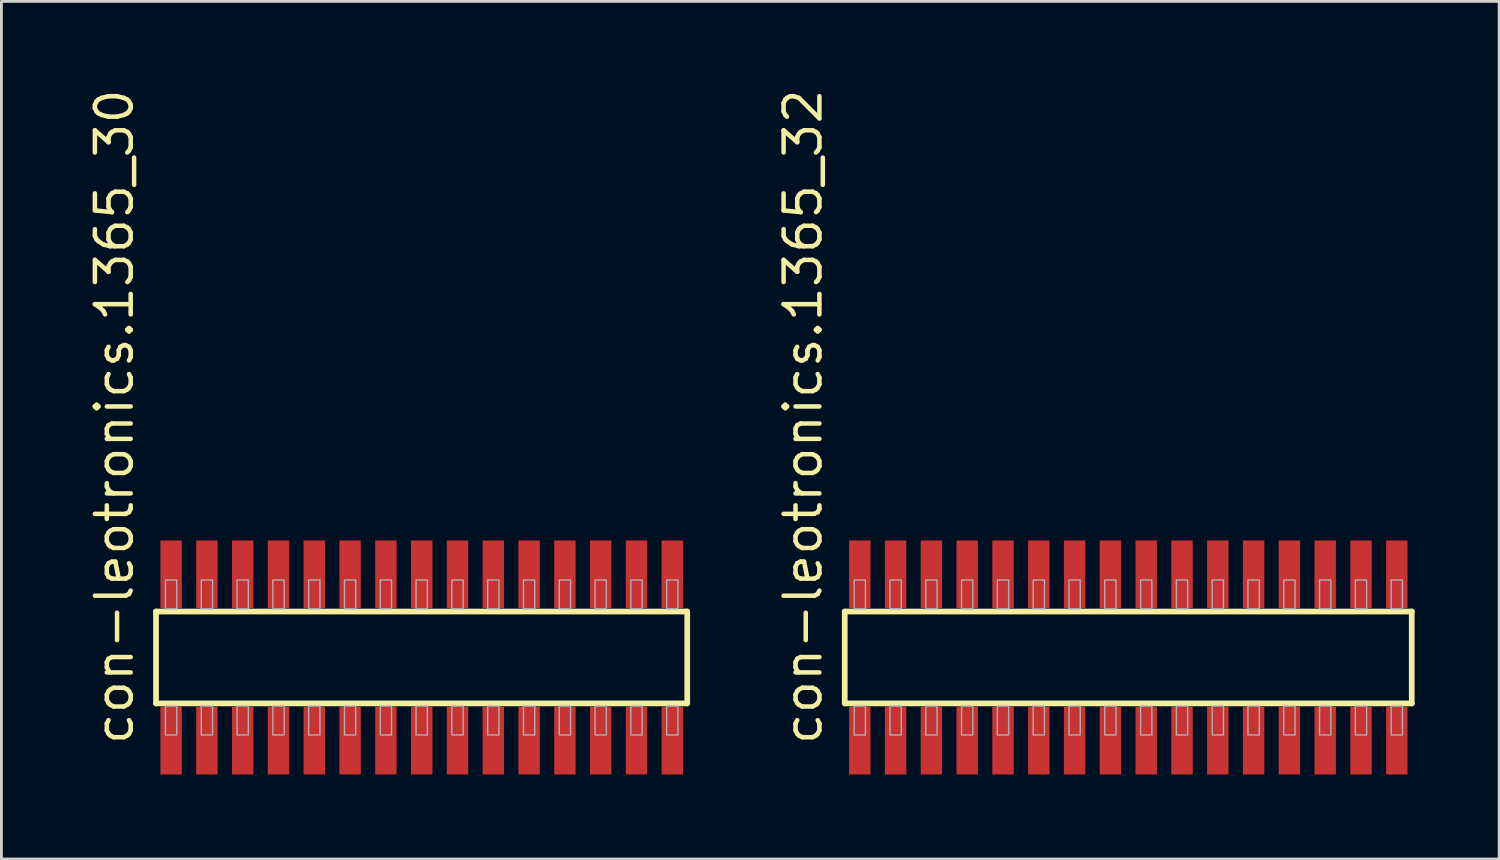
<source format=kicad_pcb>
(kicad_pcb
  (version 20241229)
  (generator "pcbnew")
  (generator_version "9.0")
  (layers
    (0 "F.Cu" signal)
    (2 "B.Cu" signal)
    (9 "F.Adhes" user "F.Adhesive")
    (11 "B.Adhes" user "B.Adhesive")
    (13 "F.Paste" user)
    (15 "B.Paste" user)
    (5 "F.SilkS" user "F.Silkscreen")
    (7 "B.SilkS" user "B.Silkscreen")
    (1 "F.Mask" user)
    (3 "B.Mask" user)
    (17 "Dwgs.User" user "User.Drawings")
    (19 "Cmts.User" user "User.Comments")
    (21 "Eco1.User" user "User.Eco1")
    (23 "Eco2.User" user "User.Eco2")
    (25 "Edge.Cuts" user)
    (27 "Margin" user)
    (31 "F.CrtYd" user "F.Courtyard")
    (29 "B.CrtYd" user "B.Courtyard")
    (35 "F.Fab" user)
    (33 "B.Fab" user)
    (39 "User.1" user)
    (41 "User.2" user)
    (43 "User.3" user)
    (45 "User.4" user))
  (footprint "con-leotronics.1365_32"
    (layer "F.Cu")
    (at 36.977 20.274)
    (property "Reference" "con-leotronics.1365_32" (at -10.795 3.175 90) (layer "F.SilkS") (effects (font (size 1.27 1.27) (thickness 0.16)) (justify left bottom)))
    (attr smd)
    (fp_line (start -10.06 -1.63) (end 10.055 -1.63) (stroke (width 0.203) (type default)) (layer "F.SilkS"))
    (fp_line (start -10.06 1.63) (end -10.06 -1.63) (stroke (width 0.203) (type default)) (layer "F.SilkS"))
    (fp_line (start 10.055 -1.63) (end 10.055 1.63) (stroke (width 0.203) (type default)) (layer "F.SilkS"))
    (fp_line (start 10.055 1.63) (end -10.06 1.63) (stroke (width 0.203) (type default)) (layer "F.SilkS"))
    (fp_rect (start -9.725 -1.725) (end -9.325 -2.75) (stroke (width 0.05) (type default)) (fill no) (layer "F.Fab"))
    (fp_rect (start -9.725 2.75) (end -9.325 1.725) (stroke (width 0.05) (type default)) (fill no) (layer "F.Fab"))
    (fp_rect (start -8.455 -1.725) (end -8.055 -2.75) (stroke (width 0.05) (type default)) (fill no) (layer "F.Fab"))
    (fp_rect (start -8.455 2.75) (end -8.055 1.725) (stroke (width 0.05) (type default)) (fill no) (layer "F.Fab"))
    (fp_rect (start -7.185 -1.725) (end -6.785 -2.75) (stroke (width 0.05) (type default)) (fill no) (layer "F.Fab"))
    (fp_rect (start -7.185 2.75) (end -6.785 1.725) (stroke (width 0.05) (type default)) (fill no) (layer "F.Fab"))
    (fp_rect (start -5.915 -1.725) (end -5.515 -2.75) (stroke (width 0.05) (type default)) (fill no) (layer "F.Fab"))
    (fp_rect (start -5.915 2.75) (end -5.515 1.725) (stroke (width 0.05) (type default)) (fill no) (layer "F.Fab"))
    (fp_rect (start -4.645 -1.725) (end -4.245 -2.75) (stroke (width 0.05) (type default)) (fill no) (layer "F.Fab"))
    (fp_rect (start -4.645 2.75) (end -4.245 1.725) (stroke (width 0.05) (type default)) (fill no) (layer "F.Fab"))
    (fp_rect (start -3.375 -1.725) (end -2.975 -2.75) (stroke (width 0.05) (type default)) (fill no) (layer "F.Fab"))
    (fp_rect (start -3.375 2.75) (end -2.975 1.725) (stroke (width 0.05) (type default)) (fill no) (layer "F.Fab"))
    (fp_rect (start -2.105 -1.725) (end -1.705 -2.75) (stroke (width 0.05) (type default)) (fill no) (layer "F.Fab"))
    (fp_rect (start -2.105 2.75) (end -1.705 1.725) (stroke (width 0.05) (type default)) (fill no) (layer "F.Fab"))
    (fp_rect (start -0.835 -1.725) (end -0.435 -2.75) (stroke (width 0.05) (type default)) (fill no) (layer "F.Fab"))
    (fp_rect (start -0.835 2.75) (end -0.435 1.725) (stroke (width 0.05) (type default)) (fill no) (layer "F.Fab"))
    (fp_rect (start 0.435 -1.725) (end 0.835 -2.75) (stroke (width 0.05) (type default)) (fill no) (layer "F.Fab"))
    (fp_rect (start 0.435 2.75) (end 0.835 1.725) (stroke (width 0.05) (type default)) (fill no) (layer "F.Fab"))
    (fp_rect (start 1.705 -1.725) (end 2.105 -2.75) (stroke (width 0.05) (type default)) (fill no) (layer "F.Fab"))
    (fp_rect (start 1.705 2.75) (end 2.105 1.725) (stroke (width 0.05) (type default)) (fill no) (layer "F.Fab"))
    (fp_rect (start 2.975 -1.725) (end 3.375 -2.75) (stroke (width 0.05) (type default)) (fill no) (layer "F.Fab"))
    (fp_rect (start 2.975 2.75) (end 3.375 1.725) (stroke (width 0.05) (type default)) (fill no) (layer "F.Fab"))
    (fp_rect (start 4.245 -1.725) (end 4.645 -2.75) (stroke (width 0.05) (type default)) (fill no) (layer "F.Fab"))
    (fp_rect (start 4.245 2.75) (end 4.645 1.725) (stroke (width 0.05) (type default)) (fill no) (layer "F.Fab"))
    (fp_rect (start 5.515 -1.725) (end 5.915 -2.75) (stroke (width 0.05) (type default)) (fill no) (layer "F.Fab"))
    (fp_rect (start 5.515 2.75) (end 5.915 1.725) (stroke (width 0.05) (type default)) (fill no) (layer "F.Fab"))
    (fp_rect (start 6.785 -1.725) (end 7.185 -2.75) (stroke (width 0.05) (type default)) (fill no) (layer "F.Fab"))
    (fp_rect (start 6.785 2.75) (end 7.185 1.725) (stroke (width 0.05) (type default)) (fill no) (layer "F.Fab"))
    (fp_rect (start 8.055 -1.725) (end 8.455 -2.75) (stroke (width 0.05) (type default)) (fill no) (layer "F.Fab"))
    (fp_rect (start 8.055 2.75) (end 8.455 1.725) (stroke (width 0.05) (type default)) (fill no) (layer "F.Fab"))
    (fp_rect (start 9.325 -1.725) (end 9.725 -2.75) (stroke (width 0.05) (type default)) (fill no) (layer "F.Fab"))
    (fp_rect (start 9.325 2.75) (end 9.725 1.725) (stroke (width 0.05) (type default)) (fill no) (layer "F.Fab"))
    (pad "1" smd roundrect (at -9.525 2.95) (size 0.76 2.4) (layers "F.Cu" "F.Mask" "F.Paste") (roundrect_rratio 0.01))
    (pad "2" smd roundrect (at -9.525 -2.95) (size 0.76 2.4) (layers "F.Cu" "F.Mask" "F.Paste") (roundrect_rratio 0.01))
    (pad "3" smd roundrect (at -8.255 2.95) (size 0.76 2.4) (layers "F.Cu" "F.Mask" "F.Paste") (roundrect_rratio 0.01))
    (pad "4" smd roundrect (at -8.255 -2.95) (size 0.76 2.4) (layers "F.Cu" "F.Mask" "F.Paste") (roundrect_rratio 0.01))
    (pad "5" smd roundrect (at -6.985 2.95) (size 0.76 2.4) (layers "F.Cu" "F.Mask" "F.Paste") (roundrect_rratio 0.01))
    (pad "6" smd roundrect (at -6.985 -2.95) (size 0.76 2.4) (layers "F.Cu" "F.Mask" "F.Paste") (roundrect_rratio 0.01))
    (pad "7" smd roundrect (at -5.715 2.95) (size 0.76 2.4) (layers "F.Cu" "F.Mask" "F.Paste") (roundrect_rratio 0.01))
    (pad "8" smd roundrect (at -5.715 -2.95) (size 0.76 2.4) (layers "F.Cu" "F.Mask" "F.Paste") (roundrect_rratio 0.01))
    (pad "9" smd roundrect (at -4.445 2.95) (size 0.76 2.4) (layers "F.Cu" "F.Mask" "F.Paste") (roundrect_rratio 0.01))
    (pad "10" smd roundrect (at -4.445 -2.95) (size 0.76 2.4) (layers "F.Cu" "F.Mask" "F.Paste") (roundrect_rratio 0.01))
    (pad "11" smd roundrect (at -3.175 2.95) (size 0.76 2.4) (layers "F.Cu" "F.Mask" "F.Paste") (roundrect_rratio 0.01))
    (pad "12" smd roundrect (at -3.175 -2.95) (size 0.76 2.4) (layers "F.Cu" "F.Mask" "F.Paste") (roundrect_rratio 0.01))
    (pad "13" smd roundrect (at -1.905 2.95) (size 0.76 2.4) (layers "F.Cu" "F.Mask" "F.Paste") (roundrect_rratio 0.01))
    (pad "14" smd roundrect (at -1.905 -2.95) (size 0.76 2.4) (layers "F.Cu" "F.Mask" "F.Paste") (roundrect_rratio 0.01))
    (pad "15" smd roundrect (at -0.635 2.95) (size 0.76 2.4) (layers "F.Cu" "F.Mask" "F.Paste") (roundrect_rratio 0.01))
    (pad "16" smd roundrect (at -0.635 -2.95) (size 0.76 2.4) (layers "F.Cu" "F.Mask" "F.Paste") (roundrect_rratio 0.01))
    (pad "17" smd roundrect (at 0.635 2.95) (size 0.76 2.4) (layers "F.Cu" "F.Mask" "F.Paste") (roundrect_rratio 0.01))
    (pad "18" smd roundrect (at 0.635 -2.95) (size 0.76 2.4) (layers "F.Cu" "F.Mask" "F.Paste") (roundrect_rratio 0.01))
    (pad "19" smd roundrect (at 1.905 2.95) (size 0.76 2.4) (layers "F.Cu" "F.Mask" "F.Paste") (roundrect_rratio 0.01))
    (pad "20" smd roundrect (at 1.905 -2.95) (size 0.76 2.4) (layers "F.Cu" "F.Mask" "F.Paste") (roundrect_rratio 0.01))
    (pad "21" smd roundrect (at 3.175 2.95) (size 0.76 2.4) (layers "F.Cu" "F.Mask" "F.Paste") (roundrect_rratio 0.01))
    (pad "22" smd roundrect (at 3.175 -2.95) (size 0.76 2.4) (layers "F.Cu" "F.Mask" "F.Paste") (roundrect_rratio 0.01))
    (pad "23" smd roundrect (at 4.445 2.95) (size 0.76 2.4) (layers "F.Cu" "F.Mask" "F.Paste") (roundrect_rratio 0.01))
    (pad "24" smd roundrect (at 4.445 -2.95) (size 0.76 2.4) (layers "F.Cu" "F.Mask" "F.Paste") (roundrect_rratio 0.01))
    (pad "25" smd roundrect (at 5.715 2.95) (size 0.76 2.4) (layers "F.Cu" "F.Mask" "F.Paste") (roundrect_rratio 0.01))
    (pad "26" smd roundrect (at 5.715 -2.95) (size 0.76 2.4) (layers "F.Cu" "F.Mask" "F.Paste") (roundrect_rratio 0.01))
    (pad "27" smd roundrect (at 6.985 2.95) (size 0.76 2.4) (layers "F.Cu" "F.Mask" "F.Paste") (roundrect_rratio 0.01))
    (pad "28" smd roundrect (at 6.985 -2.95) (size 0.76 2.4) (layers "F.Cu" "F.Mask" "F.Paste") (roundrect_rratio 0.01))
    (pad "29" smd roundrect (at 8.255 2.95) (size 0.76 2.4) (layers "F.Cu" "F.Mask" "F.Paste") (roundrect_rratio 0.01))
    (pad "30" smd roundrect (at 8.255 -2.95) (size 0.76 2.4) (layers "F.Cu" "F.Mask" "F.Paste") (roundrect_rratio 0.01))
    (pad "31" smd roundrect (at 9.525 2.95) (size 0.76 2.4) (layers "F.Cu" "F.Mask" "F.Paste") (roundrect_rratio 0.01))
    (pad "32" smd roundrect (at 9.525 -2.95) (size 0.76 2.4) (layers "F.Cu" "F.Mask" "F.Paste") (roundrect_rratio 0.01)))
  (footprint "con-leotronics.1365_30"
    (layer "F.Cu")
    (at 11.91 20.274)
    (property "Reference" "con-leotronics.1365_30" (at -10.16 3.175 90) (layer "F.SilkS") (effects (font (size 1.27 1.27) (thickness 0.16)) (justify left bottom)))
    (attr smd)
    (fp_line (start -9.425 -1.63) (end 9.42 -1.63) (stroke (width 0.203) (type default)) (layer "F.SilkS"))
    (fp_line (start -9.425 1.63) (end -9.425 -1.63) (stroke (width 0.203) (type default)) (layer "F.SilkS"))
    (fp_line (start 9.42 -1.63) (end 9.42 1.63) (stroke (width 0.203) (type default)) (layer "F.SilkS"))
    (fp_line (start 9.42 1.63) (end -9.425 1.63) (stroke (width 0.203) (type default)) (layer "F.SilkS"))
    (fp_rect (start -9.09 -1.725) (end -8.69 -2.75) (stroke (width 0.05) (type default)) (fill no) (layer "F.Fab"))
    (fp_rect (start -9.09 2.75) (end -8.69 1.725) (stroke (width 0.05) (type default)) (fill no) (layer "F.Fab"))
    (fp_rect (start -7.82 -1.725) (end -7.42 -2.75) (stroke (width 0.05) (type default)) (fill no) (layer "F.Fab"))
    (fp_rect (start -7.82 2.75) (end -7.42 1.725) (stroke (width 0.05) (type default)) (fill no) (layer "F.Fab"))
    (fp_rect (start -6.55 -1.725) (end -6.15 -2.75) (stroke (width 0.05) (type default)) (fill no) (layer "F.Fab"))
    (fp_rect (start -6.55 2.75) (end -6.15 1.725) (stroke (width 0.05) (type default)) (fill no) (layer "F.Fab"))
    (fp_rect (start -5.28 -1.725) (end -4.88 -2.75) (stroke (width 0.05) (type default)) (fill no) (layer "F.Fab"))
    (fp_rect (start -5.28 2.75) (end -4.88 1.725) (stroke (width 0.05) (type default)) (fill no) (layer "F.Fab"))
    (fp_rect (start -4.01 -1.725) (end -3.61 -2.75) (stroke (width 0.05) (type default)) (fill no) (layer "F.Fab"))
    (fp_rect (start -4.01 2.75) (end -3.61 1.725) (stroke (width 0.05) (type default)) (fill no) (layer "F.Fab"))
    (fp_rect (start -2.74 -1.725) (end -2.34 -2.75) (stroke (width 0.05) (type default)) (fill no) (layer "F.Fab"))
    (fp_rect (start -2.74 2.75) (end -2.34 1.725) (stroke (width 0.05) (type default)) (fill no) (layer "F.Fab"))
    (fp_rect (start -1.47 -1.725) (end -1.07 -2.75) (stroke (width 0.05) (type default)) (fill no) (layer "F.Fab"))
    (fp_rect (start -1.47 2.75) (end -1.07 1.725) (stroke (width 0.05) (type default)) (fill no) (layer "F.Fab"))
    (fp_rect (start -0.2 -1.725) (end 0.2 -2.75) (stroke (width 0.05) (type default)) (fill no) (layer "F.Fab"))
    (fp_rect (start -0.2 2.75) (end 0.2 1.725) (stroke (width 0.05) (type default)) (fill no) (layer "F.Fab"))
    (fp_rect (start 1.07 -1.725) (end 1.47 -2.75) (stroke (width 0.05) (type default)) (fill no) (layer "F.Fab"))
    (fp_rect (start 1.07 2.75) (end 1.47 1.725) (stroke (width 0.05) (type default)) (fill no) (layer "F.Fab"))
    (fp_rect (start 2.34 -1.725) (end 2.74 -2.75) (stroke (width 0.05) (type default)) (fill no) (layer "F.Fab"))
    (fp_rect (start 2.34 2.75) (end 2.74 1.725) (stroke (width 0.05) (type default)) (fill no) (layer "F.Fab"))
    (fp_rect (start 3.61 -1.725) (end 4.01 -2.75) (stroke (width 0.05) (type default)) (fill no) (layer "F.Fab"))
    (fp_rect (start 3.61 2.75) (end 4.01 1.725) (stroke (width 0.05) (type default)) (fill no) (layer "F.Fab"))
    (fp_rect (start 4.88 -1.725) (end 5.28 -2.75) (stroke (width 0.05) (type default)) (fill no) (layer "F.Fab"))
    (fp_rect (start 4.88 2.75) (end 5.28 1.725) (stroke (width 0.05) (type default)) (fill no) (layer "F.Fab"))
    (fp_rect (start 6.15 -1.725) (end 6.55 -2.75) (stroke (width 0.05) (type default)) (fill no) (layer "F.Fab"))
    (fp_rect (start 6.15 2.75) (end 6.55 1.725) (stroke (width 0.05) (type default)) (fill no) (layer "F.Fab"))
    (fp_rect (start 7.42 -1.725) (end 7.82 -2.75) (stroke (width 0.05) (type default)) (fill no) (layer "F.Fab"))
    (fp_rect (start 7.42 2.75) (end 7.82 1.725) (stroke (width 0.05) (type default)) (fill no) (layer "F.Fab"))
    (fp_rect (start 8.69 -1.725) (end 9.09 -2.75) (stroke (width 0.05) (type default)) (fill no) (layer "F.Fab"))
    (fp_rect (start 8.69 2.75) (end 9.09 1.725) (stroke (width 0.05) (type default)) (fill no) (layer "F.Fab"))
    (pad "1" smd roundrect (at -8.89 2.95) (size 0.76 2.4) (layers "F.Cu" "F.Mask" "F.Paste") (roundrect_rratio 0.01))
    (pad "2" smd roundrect (at -8.89 -2.95) (size 0.76 2.4) (layers "F.Cu" "F.Mask" "F.Paste") (roundrect_rratio 0.01))
    (pad "3" smd roundrect (at -7.62 2.95) (size 0.76 2.4) (layers "F.Cu" "F.Mask" "F.Paste") (roundrect_rratio 0.01))
    (pad "4" smd roundrect (at -7.62 -2.95) (size 0.76 2.4) (layers "F.Cu" "F.Mask" "F.Paste") (roundrect_rratio 0.01))
    (pad "5" smd roundrect (at -6.35 2.95) (size 0.76 2.4) (layers "F.Cu" "F.Mask" "F.Paste") (roundrect_rratio 0.01))
    (pad "6" smd roundrect (at -6.35 -2.95) (size 0.76 2.4) (layers "F.Cu" "F.Mask" "F.Paste") (roundrect_rratio 0.01))
    (pad "7" smd roundrect (at -5.08 2.95) (size 0.76 2.4) (layers "F.Cu" "F.Mask" "F.Paste") (roundrect_rratio 0.01))
    (pad "8" smd roundrect (at -5.08 -2.95) (size 0.76 2.4) (layers "F.Cu" "F.Mask" "F.Paste") (roundrect_rratio 0.01))
    (pad "9" smd roundrect (at -3.81 2.95) (size 0.76 2.4) (layers "F.Cu" "F.Mask" "F.Paste") (roundrect_rratio 0.01))
    (pad "10" smd roundrect (at -3.81 -2.95) (size 0.76 2.4) (layers "F.Cu" "F.Mask" "F.Paste") (roundrect_rratio 0.01))
    (pad "11" smd roundrect (at -2.54 2.95) (size 0.76 2.4) (layers "F.Cu" "F.Mask" "F.Paste") (roundrect_rratio 0.01))
    (pad "12" smd roundrect (at -2.54 -2.95) (size 0.76 2.4) (layers "F.Cu" "F.Mask" "F.Paste") (roundrect_rratio 0.01))
    (pad "13" smd roundrect (at -1.27 2.95) (size 0.76 2.4) (layers "F.Cu" "F.Mask" "F.Paste") (roundrect_rratio 0.01))
    (pad "14" smd roundrect (at -1.27 -2.95) (size 0.76 2.4) (layers "F.Cu" "F.Mask" "F.Paste") (roundrect_rratio 0.01))
    (pad "15" smd roundrect (at 0 2.95) (size 0.76 2.4) (layers "F.Cu" "F.Mask" "F.Paste") (roundrect_rratio 0.01))
    (pad "16" smd roundrect (at 0 -2.95) (size 0.76 2.4) (layers "F.Cu" "F.Mask" "F.Paste") (roundrect_rratio 0.01))
    (pad "17" smd roundrect (at 1.27 2.95) (size 0.76 2.4) (layers "F.Cu" "F.Mask" "F.Paste") (roundrect_rratio 0.01))
    (pad "18" smd roundrect (at 1.27 -2.95) (size 0.76 2.4) (layers "F.Cu" "F.Mask" "F.Paste") (roundrect_rratio 0.01))
    (pad "19" smd roundrect (at 2.54 2.95) (size 0.76 2.4) (layers "F.Cu" "F.Mask" "F.Paste") (roundrect_rratio 0.01))
    (pad "20" smd roundrect (at 2.54 -2.95) (size 0.76 2.4) (layers "F.Cu" "F.Mask" "F.Paste") (roundrect_rratio 0.01))
    (pad "21" smd roundrect (at 3.81 2.95) (size 0.76 2.4) (layers "F.Cu" "F.Mask" "F.Paste") (roundrect_rratio 0.01))
    (pad "22" smd roundrect (at 3.81 -2.95) (size 0.76 2.4) (layers "F.Cu" "F.Mask" "F.Paste") (roundrect_rratio 0.01))
    (pad "23" smd roundrect (at 5.08 2.95) (size 0.76 2.4) (layers "F.Cu" "F.Mask" "F.Paste") (roundrect_rratio 0.01))
    (pad "24" smd roundrect (at 5.08 -2.95) (size 0.76 2.4) (layers "F.Cu" "F.Mask" "F.Paste") (roundrect_rratio 0.01))
    (pad "25" smd roundrect (at 6.35 2.95) (size 0.76 2.4) (layers "F.Cu" "F.Mask" "F.Paste") (roundrect_rratio 0.01))
    (pad "26" smd roundrect (at 6.35 -2.95) (size 0.76 2.4) (layers "F.Cu" "F.Mask" "F.Paste") (roundrect_rratio 0.01))
    (pad "27" smd roundrect (at 7.62 2.95) (size 0.76 2.4) (layers "F.Cu" "F.Mask" "F.Paste") (roundrect_rratio 0.01))
    (pad "28" smd roundrect (at 7.62 -2.95) (size 0.76 2.4) (layers "F.Cu" "F.Mask" "F.Paste") (roundrect_rratio 0.01))
    (pad "29" smd roundrect (at 8.89 2.95) (size 0.76 2.4) (layers "F.Cu" "F.Mask" "F.Paste") (roundrect_rratio 0.01))
    (pad "30" smd roundrect (at 8.89 -2.95) (size 0.76 2.4) (layers "F.Cu" "F.Mask" "F.Paste") (roundrect_rratio 0.01)))
  (gr_rect
    (start -3 -3)
    (end 50.133 27.424)
    (stroke (width 0.1) (type default))
    (fill no)
    (layer "Edge.Cuts")))
</source>
